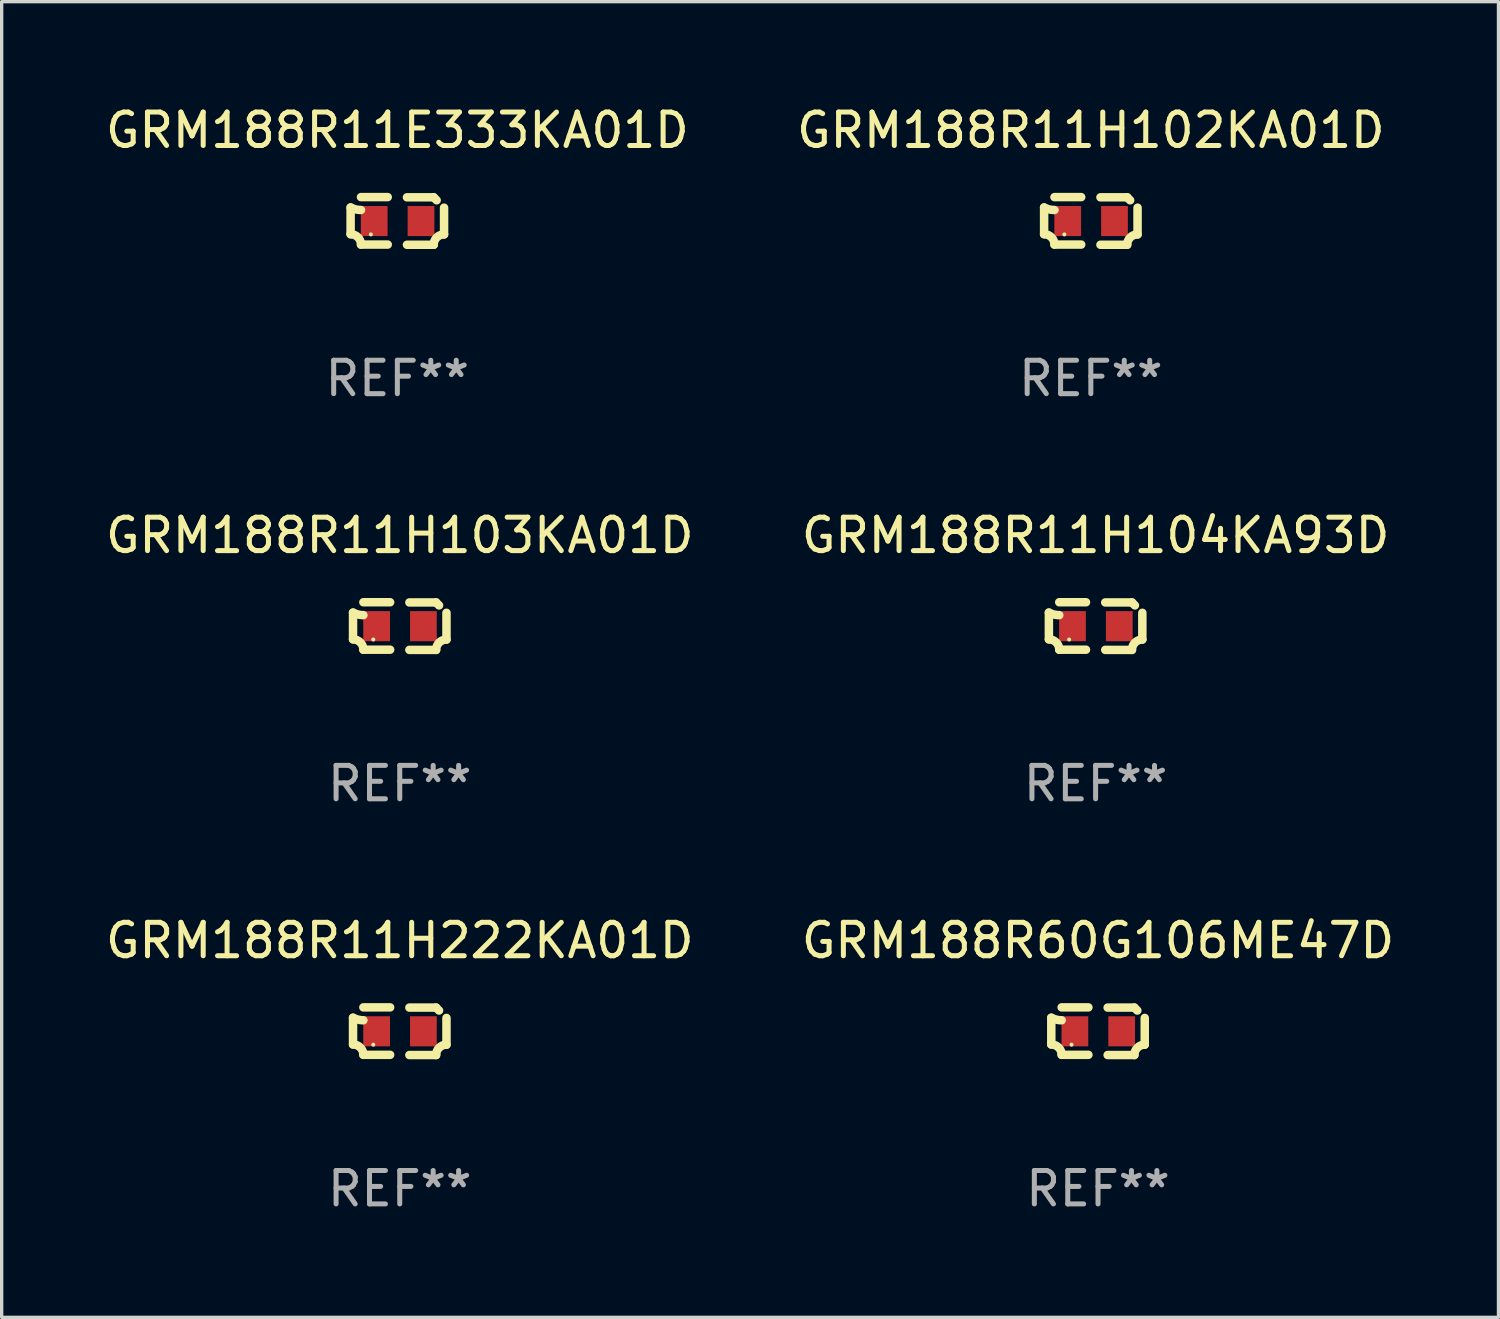
<source format=kicad_pcb>
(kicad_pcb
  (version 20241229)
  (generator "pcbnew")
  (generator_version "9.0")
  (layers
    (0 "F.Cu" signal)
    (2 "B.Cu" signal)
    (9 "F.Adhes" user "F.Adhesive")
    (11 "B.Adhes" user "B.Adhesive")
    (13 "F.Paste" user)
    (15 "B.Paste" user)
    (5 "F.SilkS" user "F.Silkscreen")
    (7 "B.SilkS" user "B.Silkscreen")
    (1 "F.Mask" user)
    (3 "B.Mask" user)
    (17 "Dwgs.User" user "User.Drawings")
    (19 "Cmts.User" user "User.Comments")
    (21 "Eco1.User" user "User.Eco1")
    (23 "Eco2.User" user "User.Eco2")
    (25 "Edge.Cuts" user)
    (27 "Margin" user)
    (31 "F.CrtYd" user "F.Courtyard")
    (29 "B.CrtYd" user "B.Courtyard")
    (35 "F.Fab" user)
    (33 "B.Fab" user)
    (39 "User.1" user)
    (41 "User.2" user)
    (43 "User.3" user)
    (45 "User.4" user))
  (footprint "GRM188R11H103KA01D"
    (layer "F.Cu")
    (at 8.911 15.683)
    (property "Reference" "GRM188R11H103KA01D" (at 0 -2.713 0) (layer "F.SilkS") (effects (font (size 1 1) (thickness 0.15))))
    (attr through_hole)
    (fp_line (start -1.398 -0.403) (end -1.398 0.397) (stroke (width 0.254) (type solid)) (layer "F.SilkS"))
    (fp_line (start -0.288 -0.713) (end -1.088 -0.713) (stroke (width 0.254) (type solid)) (layer "F.SilkS"))
    (fp_line (start -0.288 0.707) (end -1.088 0.707) (stroke (width 0.254) (type solid)) (layer "F.SilkS"))
    (fp_line (start 0.288 -0.707) (end 1.088 -0.707) (stroke (width 0.254) (type solid)) (layer "F.SilkS"))
    (fp_line (start 0.288 0.713) (end 1.088 0.713) (stroke (width 0.254) (type solid)) (layer "F.SilkS"))
    (fp_line (start 1.398 -0.397) (end 1.398 0.403) (stroke (width 0.254) (type solid)) (layer "F.SilkS"))
    (fp_arc (start -1.397789 0.397066) (mid -1.178701 0.487826) (end -1.08796 0.706922) (stroke (width 0.254001) (type solid)) (layer "F.SilkS"))
    (fp_arc (start -1.08796 -0.327176) (mid -1.247436 -0.346384) (end -1.39779 -0.402908) (stroke (width 0.254001) (type solid)) (layer "F.SilkS"))
    (fp_arc (start 1.087909 0.712738) (mid 1.178656 0.493655) (end 1.397739 0.402908) (stroke (width 0.254001) (type solid)) (layer "F.SilkS"))
    (fp_arc (start 1.175925 -0.618926) (mid 1.131917 -0.662923) (end 1.08791 -0.706922) (stroke (width 0.254001) (type solid)) (layer "F.SilkS"))
    (fp_circle (center -0.792 0.403) (end -0.762 0.403) (stroke (width 0.06) (type solid)) (fill no) (layer "F.SilkS"))
    (fp_text user "REF**" (at 0 4.713 0) (layer "F.Fab") (effects (font (size 1 1) (thickness 0.15))))
    (pad "1" smd rect (at -0.692 0.003) (size 0.8 0.9) (layers "F.Cu" "F.Mask" "F.Paste"))
    (pad "2" smd rect (at 0.708 0.003) (size 0.8 0.9) (layers "F.Cu" "F.Mask" "F.Paste")))
  (footprint "GRM188R11H222KA01D"
    (layer "F.Cu")
    (at 8.911 27.805)
    (property "Reference" "GRM188R11H222KA01D" (at 0 -2.713 0) (layer "F.SilkS") (effects (font (size 1 1) (thickness 0.15))))
    (attr through_hole)
    (fp_line (start -1.398 -0.403) (end -1.398 0.397) (stroke (width 0.254) (type solid)) (layer "F.SilkS"))
    (fp_line (start -0.288 -0.713) (end -1.088 -0.713) (stroke (width 0.254) (type solid)) (layer "F.SilkS"))
    (fp_line (start -0.288 0.707) (end -1.088 0.707) (stroke (width 0.254) (type solid)) (layer "F.SilkS"))
    (fp_line (start 0.288 -0.707) (end 1.088 -0.707) (stroke (width 0.254) (type solid)) (layer "F.SilkS"))
    (fp_line (start 0.288 0.713) (end 1.088 0.713) (stroke (width 0.254) (type solid)) (layer "F.SilkS"))
    (fp_line (start 1.398 -0.397) (end 1.398 0.403) (stroke (width 0.254) (type solid)) (layer "F.SilkS"))
    (fp_arc (start -1.397789 0.397066) (mid -1.178701 0.487826) (end -1.08796 0.706922) (stroke (width 0.254001) (type solid)) (layer "F.SilkS"))
    (fp_arc (start -1.08796 -0.327176) (mid -1.247436 -0.346384) (end -1.39779 -0.402908) (stroke (width 0.254001) (type solid)) (layer "F.SilkS"))
    (fp_arc (start 1.087909 0.712738) (mid 1.178656 0.493655) (end 1.397739 0.402908) (stroke (width 0.254001) (type solid)) (layer "F.SilkS"))
    (fp_arc (start 1.175925 -0.618926) (mid 1.131917 -0.662923) (end 1.08791 -0.706922) (stroke (width 0.254001) (type solid)) (layer "F.SilkS"))
    (fp_circle (center -0.792 0.403) (end -0.762 0.403) (stroke (width 0.06) (type solid)) (fill no) (layer "F.SilkS"))
    (fp_text user "REF**" (at 0 4.713 0) (layer "F.Fab") (effects (font (size 1 1) (thickness 0.15))))
    (pad "1" smd rect (at -0.692 0.003) (size 0.8 0.9) (layers "F.Cu" "F.Mask" "F.Paste"))
    (pad "2" smd rect (at 0.708 0.003) (size 0.8 0.9) (layers "F.Cu" "F.Mask" "F.Paste")))
  (footprint "GRM188R60G106ME47D"
    (layer "F.Cu")
    (at 29.804 27.805)
    (property "Reference" "GRM188R60G106ME47D" (at 0 -2.713 0) (layer "F.SilkS") (effects (font (size 1 1) (thickness 0.15))))
    (attr through_hole)
    (fp_line (start -1.398 -0.403) (end -1.398 0.397) (stroke (width 0.254) (type solid)) (layer "F.SilkS"))
    (fp_line (start -0.288 -0.713) (end -1.088 -0.713) (stroke (width 0.254) (type solid)) (layer "F.SilkS"))
    (fp_line (start -0.288 0.707) (end -1.088 0.707) (stroke (width 0.254) (type solid)) (layer "F.SilkS"))
    (fp_line (start 0.288 -0.707) (end 1.088 -0.707) (stroke (width 0.254) (type solid)) (layer "F.SilkS"))
    (fp_line (start 0.288 0.713) (end 1.088 0.713) (stroke (width 0.254) (type solid)) (layer "F.SilkS"))
    (fp_line (start 1.398 -0.397) (end 1.398 0.403) (stroke (width 0.254) (type solid)) (layer "F.SilkS"))
    (fp_arc (start -1.397789 0.397066) (mid -1.178701 0.487826) (end -1.08796 0.706922) (stroke (width 0.254001) (type solid)) (layer "F.SilkS"))
    (fp_arc (start -1.08796 -0.327176) (mid -1.247436 -0.346384) (end -1.39779 -0.402908) (stroke (width 0.254001) (type solid)) (layer "F.SilkS"))
    (fp_arc (start 1.087909 0.712738) (mid 1.178656 0.493655) (end 1.397739 0.402908) (stroke (width 0.254001) (type solid)) (layer "F.SilkS"))
    (fp_arc (start 1.175925 -0.618926) (mid 1.131917 -0.662923) (end 1.08791 -0.706922) (stroke (width 0.254001) (type solid)) (layer "F.SilkS"))
    (fp_circle (center -0.792 0.403) (end -0.762 0.403) (stroke (width 0.06) (type solid)) (fill no) (layer "F.SilkS"))
    (fp_text user "REF**" (at 0 4.713 0) (layer "F.Fab") (effects (font (size 1 1) (thickness 0.15))))
    (pad "1" smd rect (at -0.692 0.003) (size 0.8 0.9) (layers "F.Cu" "F.Mask" "F.Paste"))
    (pad "2" smd rect (at 0.708 0.003) (size 0.8 0.9) (layers "F.Cu" "F.Mask" "F.Paste")))
  (footprint "GRM188R11H104KA93D"
    (layer "F.Cu")
    (at 29.732 15.683)
    (property "Reference" "GRM188R11H104KA93D" (at 0 -2.713 0) (layer "F.SilkS") (effects (font (size 1 1) (thickness 0.15))))
    (attr through_hole)
    (fp_line (start -1.398 -0.403) (end -1.398 0.397) (stroke (width 0.254) (type solid)) (layer "F.SilkS"))
    (fp_line (start -0.288 -0.713) (end -1.088 -0.713) (stroke (width 0.254) (type solid)) (layer "F.SilkS"))
    (fp_line (start -0.288 0.707) (end -1.088 0.707) (stroke (width 0.254) (type solid)) (layer "F.SilkS"))
    (fp_line (start 0.288 -0.707) (end 1.088 -0.707) (stroke (width 0.254) (type solid)) (layer "F.SilkS"))
    (fp_line (start 0.288 0.713) (end 1.088 0.713) (stroke (width 0.254) (type solid)) (layer "F.SilkS"))
    (fp_line (start 1.398 -0.397) (end 1.398 0.403) (stroke (width 0.254) (type solid)) (layer "F.SilkS"))
    (fp_arc (start -1.397789 0.397066) (mid -1.178701 0.487826) (end -1.08796 0.706922) (stroke (width 0.254001) (type solid)) (layer "F.SilkS"))
    (fp_arc (start -1.08796 -0.327176) (mid -1.247436 -0.346384) (end -1.39779 -0.402908) (stroke (width 0.254001) (type solid)) (layer "F.SilkS"))
    (fp_arc (start 1.087909 0.712738) (mid 1.178656 0.493655) (end 1.397739 0.402908) (stroke (width 0.254001) (type solid)) (layer "F.SilkS"))
    (fp_arc (start 1.175925 -0.618926) (mid 1.131917 -0.662923) (end 1.08791 -0.706922) (stroke (width 0.254001) (type solid)) (layer "F.SilkS"))
    (fp_circle (center -0.792 0.403) (end -0.762 0.403) (stroke (width 0.06) (type solid)) (fill no) (layer "F.SilkS"))
    (fp_text user "REF**" (at 0 4.713 0) (layer "F.Fab") (effects (font (size 1 1) (thickness 0.15))))
    (pad "1" smd rect (at -0.692 0.003) (size 0.8 0.9) (layers "F.Cu" "F.Mask" "F.Paste"))
    (pad "2" smd rect (at 0.708 0.003) (size 0.8 0.9) (layers "F.Cu" "F.Mask" "F.Paste")))
  (footprint "GRM188R11E333KA01D"
    (layer "F.Cu")
    (at 8.839 3.561)
    (property "Reference" "GRM188R11E333KA01D" (at 0 -2.713 0) (layer "F.SilkS") (effects (font (size 1 1) (thickness 0.15))))
    (attr through_hole)
    (fp_line (start -1.398 -0.403) (end -1.398 0.397) (stroke (width 0.254) (type solid)) (layer "F.SilkS"))
    (fp_line (start -0.288 -0.713) (end -1.088 -0.713) (stroke (width 0.254) (type solid)) (layer "F.SilkS"))
    (fp_line (start -0.288 0.707) (end -1.088 0.707) (stroke (width 0.254) (type solid)) (layer "F.SilkS"))
    (fp_line (start 0.288 -0.707) (end 1.088 -0.707) (stroke (width 0.254) (type solid)) (layer "F.SilkS"))
    (fp_line (start 0.288 0.713) (end 1.088 0.713) (stroke (width 0.254) (type solid)) (layer "F.SilkS"))
    (fp_line (start 1.398 -0.397) (end 1.398 0.403) (stroke (width 0.254) (type solid)) (layer "F.SilkS"))
    (fp_arc (start -1.397789 0.397066) (mid -1.178701 0.487826) (end -1.08796 0.706922) (stroke (width 0.254001) (type solid)) (layer "F.SilkS"))
    (fp_arc (start -1.08796 -0.327176) (mid -1.247436 -0.346384) (end -1.39779 -0.402908) (stroke (width 0.254001) (type solid)) (layer "F.SilkS"))
    (fp_arc (start 1.087909 0.712738) (mid 1.178656 0.493655) (end 1.397739 0.402908) (stroke (width 0.254001) (type solid)) (layer "F.SilkS"))
    (fp_arc (start 1.175925 -0.618926) (mid 1.131917 -0.662923) (end 1.08791 -0.706922) (stroke (width 0.254001) (type solid)) (layer "F.SilkS"))
    (fp_circle (center -0.792 0.403) (end -0.762 0.403) (stroke (width 0.06) (type solid)) (fill no) (layer "F.SilkS"))
    (fp_text user "REF**" (at 0 4.713 0) (layer "F.Fab") (effects (font (size 1 1) (thickness 0.15))))
    (pad "1" smd rect (at -0.692 0.003) (size 0.8 0.9) (layers "F.Cu" "F.Mask" "F.Paste"))
    (pad "2" smd rect (at 0.708 0.003) (size 0.8 0.9) (layers "F.Cu" "F.Mask" "F.Paste")))
  (footprint "GRM188R11H102KA01D"
    (layer "F.Cu")
    (at 29.589 3.561)
    (property "Reference" "GRM188R11H102KA01D" (at 0 -2.713 0) (layer "F.SilkS") (effects (font (size 1 1) (thickness 0.15))))
    (attr through_hole)
    (fp_line (start -1.398 -0.403) (end -1.398 0.397) (stroke (width 0.254) (type solid)) (layer "F.SilkS"))
    (fp_line (start -0.288 -0.713) (end -1.088 -0.713) (stroke (width 0.254) (type solid)) (layer "F.SilkS"))
    (fp_line (start -0.288 0.707) (end -1.088 0.707) (stroke (width 0.254) (type solid)) (layer "F.SilkS"))
    (fp_line (start 0.288 -0.707) (end 1.088 -0.707) (stroke (width 0.254) (type solid)) (layer "F.SilkS"))
    (fp_line (start 0.288 0.713) (end 1.088 0.713) (stroke (width 0.254) (type solid)) (layer "F.SilkS"))
    (fp_line (start 1.398 -0.397) (end 1.398 0.403) (stroke (width 0.254) (type solid)) (layer "F.SilkS"))
    (fp_arc (start -1.397789 0.397066) (mid -1.178701 0.487826) (end -1.08796 0.706922) (stroke (width 0.254001) (type solid)) (layer "F.SilkS"))
    (fp_arc (start -1.08796 -0.327176) (mid -1.247436 -0.346384) (end -1.39779 -0.402908) (stroke (width 0.254001) (type solid)) (layer "F.SilkS"))
    (fp_arc (start 1.087909 0.712738) (mid 1.178656 0.493655) (end 1.397739 0.402908) (stroke (width 0.254001) (type solid)) (layer "F.SilkS"))
    (fp_arc (start 1.175925 -0.618926) (mid 1.131917 -0.662923) (end 1.08791 -0.706922) (stroke (width 0.254001) (type solid)) (layer "F.SilkS"))
    (fp_circle (center -0.792 0.403) (end -0.762 0.403) (stroke (width 0.06) (type solid)) (fill no) (layer "F.SilkS"))
    (fp_text user "REF**" (at 0 4.713 0) (layer "F.Fab") (effects (font (size 1 1) (thickness 0.15))))
    (pad "1" smd rect (at -0.692 0.003) (size 0.8 0.9) (layers "F.Cu" "F.Mask" "F.Paste"))
    (pad "2" smd rect (at 0.708 0.003) (size 0.8 0.9) (layers "F.Cu" "F.Mask" "F.Paste")))
  (gr_rect
    (start -3 -3)
    (end 41.786 36.366)
    (stroke (width 0.1) (type default))
    (fill no)
    (layer "Edge.Cuts")))
</source>
